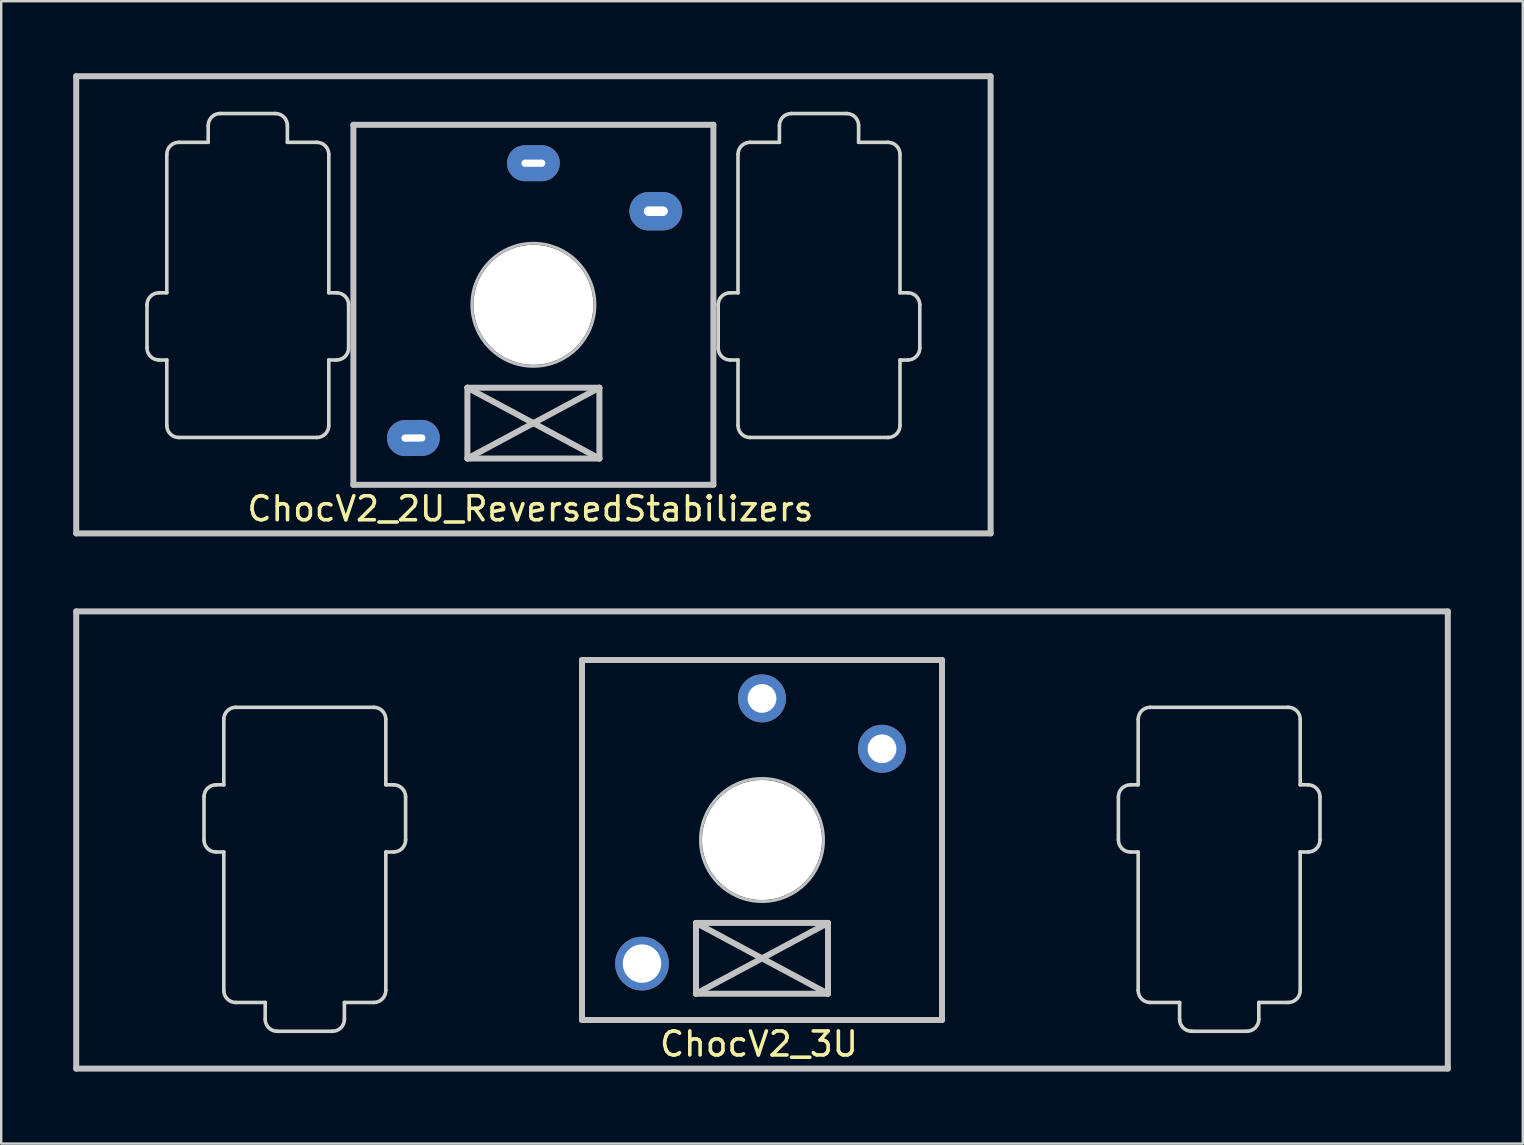
<source format=kicad_pcb>
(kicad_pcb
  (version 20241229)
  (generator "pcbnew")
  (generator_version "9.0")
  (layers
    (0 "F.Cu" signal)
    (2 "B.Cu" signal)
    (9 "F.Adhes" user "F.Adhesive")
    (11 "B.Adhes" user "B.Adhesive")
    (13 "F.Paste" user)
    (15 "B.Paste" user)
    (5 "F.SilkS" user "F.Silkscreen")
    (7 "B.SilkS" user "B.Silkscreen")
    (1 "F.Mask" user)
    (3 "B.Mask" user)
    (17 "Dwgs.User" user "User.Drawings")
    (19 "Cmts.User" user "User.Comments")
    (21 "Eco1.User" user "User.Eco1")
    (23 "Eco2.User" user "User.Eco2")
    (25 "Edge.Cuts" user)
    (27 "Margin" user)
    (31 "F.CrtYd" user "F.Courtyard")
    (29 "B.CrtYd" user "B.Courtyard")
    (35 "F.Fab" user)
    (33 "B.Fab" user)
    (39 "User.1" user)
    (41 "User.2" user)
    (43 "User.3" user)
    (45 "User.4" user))
  (footprint "ChocV2_3U"
    (layer "F.Cu")
    (at 28.7 31.95)
    (property "Reference" "ChocV2_3U" (at -0.127 8.5 0) (layer "F.SilkS") (effects (font (size 1 1) (thickness 0.15))))
    (attr through_hole)
    (fp_line (start -28.575 9.525) (end -28.575 -9.525) (stroke (width 0.25) (type solid)) (layer "Dwgs.User"))
    (fp_line (start -28.575 9.525) (end 28.575 9.525) (stroke (width 0.25) (type solid)) (layer "Dwgs.User"))
    (fp_line (start -7.5 -7.5) (end 7.5 -7.5) (stroke (width 0.25) (type solid)) (layer "Dwgs.User"))
    (fp_line (start -7.5 7.5) (end -7.5 -7.5) (stroke (width 0.25) (type solid)) (layer "Dwgs.User"))
    (fp_line (start -2.75 3.455) (end -2.75 6.405) (stroke (width 0.25) (type solid)) (layer "Dwgs.User"))
    (fp_line (start -2.75 3.455) (end 2.75 6.405) (stroke (width 0.25) (type solid)) (layer "Dwgs.User"))
    (fp_line (start -2.75 6.405) (end 2.75 3.455) (stroke (width 0.25) (type solid)) (layer "Dwgs.User"))
    (fp_line (start -2.75 6.405) (end 2.75 6.405) (stroke (width 0.25) (type solid)) (layer "Dwgs.User"))
    (fp_line (start 2.75 3.455) (end -2.75 3.455) (stroke (width 0.25) (type solid)) (layer "Dwgs.User"))
    (fp_line (start 2.75 6.405) (end 2.75 3.455) (stroke (width 0.25) (type solid)) (layer "Dwgs.User"))
    (fp_line (start 7.5 -7.5) (end 7.5 7.5) (stroke (width 0.25) (type solid)) (layer "Dwgs.User"))
    (fp_line (start 7.5 7.5) (end -7.5 7.5) (stroke (width 0.25) (type solid)) (layer "Dwgs.User"))
    (fp_line (start 28.575 -9.525) (end -28.575 -9.525) (stroke (width 0.25) (type solid)) (layer "Dwgs.User"))
    (fp_line (start 28.575 -9.525) (end 28.575 9.525) (stroke (width 0.25) (type solid)) (layer "Dwgs.User"))
    (fp_circle (center 0 0) (end -0.711 -2.464) (stroke (width 0.12) (type solid)) (fill no) (layer "Dwgs.User"))
    (fp_line (start -23.25 -1.799) (end -23.25 -0.000469) (stroke (width 0.15) (type solid)) (layer "Edge.Cuts"))
    (fp_line (start -22.75 0.5) (end -22.425 0.5) (stroke (width 0.15) (type solid)) (layer "Edge.Cuts"))
    (fp_line (start -22.425 -5.029) (end -22.425 -2.299) (stroke (width 0.15) (type solid)) (layer "Edge.Cuts"))
    (fp_line (start -22.425 -2.299) (end -22.75 -2.299) (stroke (width 0.15) (type solid)) (layer "Edge.Cuts"))
    (fp_line (start -22.425 0.5) (end -22.425 6.27) (stroke (width 0.15) (type solid)) (layer "Edge.Cuts"))
    (fp_line (start -21.925 6.77) (end -20.7 6.77) (stroke (width 0.15) (type solid)) (layer "Edge.Cuts"))
    (fp_line (start -20.7 6.77) (end -20.7 7.47) (stroke (width 0.15) (type solid)) (layer "Edge.Cuts"))
    (fp_line (start -20.2 7.97) (end -17.9 7.97) (stroke (width 0.15) (type solid)) (layer "Edge.Cuts"))
    (fp_line (start -17.4 6.77) (end -17.4 7.47) (stroke (width 0.15) (type solid)) (layer "Edge.Cuts"))
    (fp_line (start -16.174 -5.529) (end -21.925 -5.529) (stroke (width 0.15) (type solid)) (layer "Edge.Cuts"))
    (fp_line (start -16.174 6.77) (end -17.4 6.77) (stroke (width 0.15) (type solid)) (layer "Edge.Cuts"))
    (fp_line (start -15.674 -5.029) (end -15.674 -2.299) (stroke (width 0.15) (type solid)) (layer "Edge.Cuts"))
    (fp_line (start -15.674 -2.299) (end -15.35 -2.299) (stroke (width 0.15) (type solid)) (layer "Edge.Cuts"))
    (fp_line (start -15.674 0.5) (end -15.674 6.27) (stroke (width 0.15) (type solid)) (layer "Edge.Cuts"))
    (fp_line (start -15.35 0.5) (end -15.674 0.5) (stroke (width 0.15) (type solid)) (layer "Edge.Cuts"))
    (fp_line (start -14.85 -1.799) (end -14.85 -0.000469) (stroke (width 0.15) (type solid)) (layer "Edge.Cuts"))
    (fp_line (start 14.85 -1.799) (end 14.85 -0.000469) (stroke (width 0.15) (type solid)) (layer "Edge.Cuts"))
    (fp_line (start 15.35 0.5) (end 15.674 0.5) (stroke (width 0.15) (type solid)) (layer "Edge.Cuts"))
    (fp_line (start 15.674 -5.029) (end 15.674 -2.299) (stroke (width 0.15) (type solid)) (layer "Edge.Cuts"))
    (fp_line (start 15.674 -2.299) (end 15.35 -2.299) (stroke (width 0.15) (type solid)) (layer "Edge.Cuts"))
    (fp_line (start 15.674 0.5) (end 15.674 6.27) (stroke (width 0.15) (type solid)) (layer "Edge.Cuts"))
    (fp_line (start 16.174 -5.529) (end 21.925 -5.529) (stroke (width 0.15) (type solid)) (layer "Edge.Cuts"))
    (fp_line (start 16.174 6.77) (end 17.4 6.77) (stroke (width 0.15) (type solid)) (layer "Edge.Cuts"))
    (fp_line (start 17.4 6.77) (end 17.4 7.47) (stroke (width 0.15) (type solid)) (layer "Edge.Cuts"))
    (fp_line (start 20.2 7.97) (end 17.9 7.97) (stroke (width 0.15) (type solid)) (layer "Edge.Cuts"))
    (fp_line (start 20.7 6.77) (end 20.7 7.47) (stroke (width 0.15) (type solid)) (layer "Edge.Cuts"))
    (fp_line (start 21.925 6.77) (end 20.7 6.77) (stroke (width 0.15) (type solid)) (layer "Edge.Cuts"))
    (fp_line (start 22.425 -5.029) (end 22.425 -2.299) (stroke (width 0.15) (type solid)) (layer "Edge.Cuts"))
    (fp_line (start 22.425 -2.299) (end 22.75 -2.299) (stroke (width 0.15) (type solid)) (layer "Edge.Cuts"))
    (fp_line (start 22.425 0.5) (end 22.425 6.27) (stroke (width 0.15) (type solid)) (layer "Edge.Cuts"))
    (fp_line (start 22.75 0.5) (end 22.425 0.5) (stroke (width 0.15) (type solid)) (layer "Edge.Cuts"))
    (fp_line (start 23.25 -1.799) (end 23.25 -0.000469) (stroke (width 0.15) (type solid)) (layer "Edge.Cuts"))
    (fp_arc (start -23.24952 -1.79923) (mid -23.103073 -2.152783) (end -22.74952 -2.29923) (stroke (width 0.15) (type solid)) (layer "Edge.Cuts"))
    (fp_arc (start -22.74952 0.499531) (mid -23.103073 0.353084) (end -23.24952 -0.000469) (stroke (width 0.15) (type solid)) (layer "Edge.Cuts"))
    (fp_arc (start -22.425469 -5.02943) (mid -22.279023 -5.382983) (end -21.92547 -5.529429) (stroke (width 0.15) (type solid)) (layer "Edge.Cuts"))
    (fp_arc (start -21.92547 6.7696) (mid -22.279023 6.623153) (end -22.42547 6.2696) (stroke (width 0.15) (type solid)) (layer "Edge.Cuts"))
    (fp_arc (start -20.20017 7.96987) (mid -20.553723 7.823423) (end -20.70017 7.46987) (stroke (width 0.15) (type solid)) (layer "Edge.Cuts"))
    (fp_arc (start -17.39975 7.46987) (mid -17.546197 7.823423) (end -17.89975 7.96987) (stroke (width 0.15) (type solid)) (layer "Edge.Cuts"))
    (fp_arc (start -16.17445 -5.52943) (mid -15.820897 -5.382983) (end -15.67445 -5.02943) (stroke (width 0.15) (type solid)) (layer "Edge.Cuts"))
    (fp_arc (start -15.67445 6.2696) (mid -15.820897 6.623153) (end -16.17445 6.7696) (stroke (width 0.15) (type solid)) (layer "Edge.Cuts"))
    (fp_arc (start -15.3504 -2.29923) (mid -14.996847 -2.152783) (end -14.8504 -1.79923) (stroke (width 0.15) (type solid)) (layer "Edge.Cuts"))
    (fp_arc (start -14.850401 -0.000469) (mid -14.996847 0.353084) (end -15.3504 0.49953) (stroke (width 0.15) (type solid)) (layer "Edge.Cuts"))
    (fp_arc (start 14.8504 -1.79923) (mid 14.996847 -2.152783) (end 15.3504 -2.29923) (stroke (width 0.15) (type solid)) (layer "Edge.Cuts"))
    (fp_arc (start 15.3504 0.499531) (mid 14.996847 0.353084) (end 14.8504 -0.000469) (stroke (width 0.15) (type solid)) (layer "Edge.Cuts"))
    (fp_arc (start 15.674451 -5.02943) (mid 15.820897 -5.382983) (end 16.17445 -5.529429) (stroke (width 0.15) (type solid)) (layer "Edge.Cuts"))
    (fp_arc (start 16.17445 6.7696) (mid 15.820897 6.623153) (end 15.67445 6.2696) (stroke (width 0.15) (type solid)) (layer "Edge.Cuts"))
    (fp_arc (start 17.89975 7.96987) (mid 17.546197 7.823423) (end 17.39975 7.46987) (stroke (width 0.15) (type solid)) (layer "Edge.Cuts"))
    (fp_arc (start 20.70017 7.46987) (mid 20.553723 7.823423) (end 20.20017 7.96987) (stroke (width 0.15) (type solid)) (layer "Edge.Cuts"))
    (fp_arc (start 21.92547 -5.52943) (mid 22.279023 -5.382983) (end 22.42547 -5.02943) (stroke (width 0.15) (type solid)) (layer "Edge.Cuts"))
    (fp_arc (start 22.42547 6.2696) (mid 22.279023 6.623153) (end 21.92547 6.7696) (stroke (width 0.15) (type solid)) (layer "Edge.Cuts"))
    (fp_arc (start 22.74952 -2.29923) (mid 23.103073 -2.152783) (end 23.24952 -1.79923) (stroke (width 0.15) (type solid)) (layer "Edge.Cuts"))
    (fp_arc (start 23.249519 -0.000469) (mid 23.103073 0.353084) (end 22.74952 0.49953) (stroke (width 0.15) (type solid)) (layer "Edge.Cuts"))
    (pad "" np_thru_hole circle (at 0 0 90) (size 5 5) (drill 5) (layers "*.Cu" "*.Mask"))
    (pad "1" thru_hole circle (at 5 -3.8 90) (size 2 2) (drill 1.2) (layers "*.Cu" "*.Mask"))
    (pad "2" thru_hole circle (at 0 -5.9 90) (size 2 2) (drill 1.2) (layers "*.Cu" "*.Mask"))
    (pad "NC" thru_hole circle (at -5 5.15 90) (size 2.24 2.24) (drill 1.6) (layers "*.Cu" "*.Mask")))
  (footprint "ChocV2_2U_ReversedStabilizers"
    (layer "F.Cu")
    (at 19.175 9.65)
    (property "Reference" "ChocV2_2U_ReversedStabilizers" (at -0.127 8.5 0) (layer "F.SilkS") (effects (font (size 1 1) (thickness 0.15))))
    (attr through_hole)
    (fp_line (start -19.05 9.525) (end -19.05 -9.525) (stroke (width 0.25) (type solid)) (layer "Dwgs.User"))
    (fp_line (start -19.05 9.525) (end 19.05 9.525) (stroke (width 0.25) (type solid)) (layer "Dwgs.User"))
    (fp_line (start -7.5 -7.5) (end 7.5 -7.5) (stroke (width 0.25) (type solid)) (layer "Dwgs.User"))
    (fp_line (start -7.5 7.5) (end -7.5 -7.5) (stroke (width 0.25) (type solid)) (layer "Dwgs.User"))
    (fp_line (start -2.75 3.455) (end -2.75 6.405) (stroke (width 0.25) (type solid)) (layer "Dwgs.User"))
    (fp_line (start -2.75 3.455) (end 2.75 6.405) (stroke (width 0.25) (type solid)) (layer "Dwgs.User"))
    (fp_line (start -2.75 6.405) (end 2.75 3.455) (stroke (width 0.25) (type solid)) (layer "Dwgs.User"))
    (fp_line (start -2.75 6.405) (end 2.75 6.405) (stroke (width 0.25) (type solid)) (layer "Dwgs.User"))
    (fp_line (start 2.75 3.455) (end -2.75 3.455) (stroke (width 0.25) (type solid)) (layer "Dwgs.User"))
    (fp_line (start 2.75 6.405) (end 2.75 3.455) (stroke (width 0.25) (type solid)) (layer "Dwgs.User"))
    (fp_line (start 7.5 -7.5) (end 7.5 7.5) (stroke (width 0.25) (type solid)) (layer "Dwgs.User"))
    (fp_line (start 7.5 7.5) (end -7.5 7.5) (stroke (width 0.25) (type solid)) (layer "Dwgs.User"))
    (fp_line (start 19.05 -9.525) (end -19.05 -9.525) (stroke (width 0.25) (type solid)) (layer "Dwgs.User"))
    (fp_line (start 19.05 -9.525) (end 19.05 9.525) (stroke (width 0.25) (type solid)) (layer "Dwgs.User"))
    (fp_circle (center 0 0) (end -0.711 -2.464) (stroke (width 0.12) (type solid)) (fill no) (layer "Dwgs.User"))
    (fp_line (start -16.1 0.00025) (end -16.1 1.799) (stroke (width 0.15) (type solid)) (layer "Edge.Cuts"))
    (fp_line (start -15.6 2.299) (end -15.275 2.299) (stroke (width 0.15) (type solid)) (layer "Edge.Cuts"))
    (fp_line (start -15.275 -6.27) (end -15.275 -0.5) (stroke (width 0.15) (type solid)) (layer "Edge.Cuts"))
    (fp_line (start -15.275 -0.5) (end -15.6 -0.5) (stroke (width 0.15) (type solid)) (layer "Edge.Cuts"))
    (fp_line (start -15.275 2.299) (end -15.275 5.029) (stroke (width 0.15) (type solid)) (layer "Edge.Cuts"))
    (fp_line (start -14.775 5.529) (end -9.025 5.529) (stroke (width 0.15) (type solid)) (layer "Edge.Cuts"))
    (fp_line (start -13.55 -7.47) (end -13.55 -6.77) (stroke (width 0.15) (type solid)) (layer "Edge.Cuts"))
    (fp_line (start -13.55 -6.77) (end -14.775 -6.77) (stroke (width 0.15) (type solid)) (layer "Edge.Cuts"))
    (fp_line (start -10.751 -7.97) (end -13.05 -7.97) (stroke (width 0.15) (type solid)) (layer "Edge.Cuts"))
    (fp_line (start -10.251 -6.77) (end -10.251 -7.47) (stroke (width 0.15) (type solid)) (layer "Edge.Cuts"))
    (fp_line (start -9.025 -6.77) (end -10.251 -6.77) (stroke (width 0.15) (type solid)) (layer "Edge.Cuts"))
    (fp_line (start -8.525 5.029) (end -8.525 2.299) (stroke (width 0.15) (type solid)) (layer "Edge.Cuts"))
    (fp_line (start -8.525 -0.5) (end -8.525 -6.27) (stroke (width 0.15) (type solid)) (layer "Edge.Cuts"))
    (fp_line (start -8.525 2.299) (end -8.2 2.299) (stroke (width 0.15) (type solid)) (layer "Edge.Cuts"))
    (fp_line (start -8.2 -0.5) (end -8.525 -0.5) (stroke (width 0.15) (type solid)) (layer "Edge.Cuts"))
    (fp_line (start -7.7 1.799) (end -7.7 0.000156) (stroke (width 0.15) (type solid)) (layer "Edge.Cuts"))
    (fp_line (start 7.7 1.799) (end 7.7 0.000156) (stroke (width 0.15) (type solid)) (layer "Edge.Cuts"))
    (fp_line (start 8.2 -0.5) (end 8.525 -0.5) (stroke (width 0.15) (type solid)) (layer "Edge.Cuts"))
    (fp_line (start 8.525 5.029) (end 8.525 2.299) (stroke (width 0.15) (type solid)) (layer "Edge.Cuts"))
    (fp_line (start 8.525 2.299) (end 8.2 2.299) (stroke (width 0.15) (type solid)) (layer "Edge.Cuts"))
    (fp_line (start 8.525 -0.5) (end 8.525 -6.27) (stroke (width 0.15) (type solid)) (layer "Edge.Cuts"))
    (fp_line (start 10.25 -7.47) (end 10.25 -6.77) (stroke (width 0.15) (type solid)) (layer "Edge.Cuts"))
    (fp_line (start 10.25 -6.77) (end 9.025 -6.77) (stroke (width 0.15) (type solid)) (layer "Edge.Cuts"))
    (fp_line (start 10.75 -7.97) (end 13.05 -7.97) (stroke (width 0.15) (type solid)) (layer "Edge.Cuts"))
    (fp_line (start 13.55 -6.77) (end 13.55 -7.47) (stroke (width 0.15) (type solid)) (layer "Edge.Cuts"))
    (fp_line (start 14.775 5.529) (end 9.025 5.529) (stroke (width 0.15) (type solid)) (layer "Edge.Cuts"))
    (fp_line (start 14.775 -6.77) (end 13.55 -6.77) (stroke (width 0.15) (type solid)) (layer "Edge.Cuts"))
    (fp_line (start 15.275 -0.5) (end 15.275 -6.27) (stroke (width 0.15) (type solid)) (layer "Edge.Cuts"))
    (fp_line (start 15.275 2.299) (end 15.6 2.299) (stroke (width 0.15) (type solid)) (layer "Edge.Cuts"))
    (fp_line (start 15.275 5.029) (end 15.275 2.299) (stroke (width 0.15) (type solid)) (layer "Edge.Cuts"))
    (fp_line (start 15.6 -0.5) (end 15.275 -0.5) (stroke (width 0.15) (type solid)) (layer "Edge.Cuts"))
    (fp_line (start 16.1 1.799) (end 16.1 0.00025) (stroke (width 0.15) (type solid)) (layer "Edge.Cuts"))
    (fp_arc (start -16.100248 0.00025) (mid -15.953802 -0.353303) (end -15.600249 -0.499749) (stroke (width 0.15) (type solid)) (layer "Edge.Cuts"))
    (fp_arc (start -15.600249 2.29915) (mid -15.953802 2.152703) (end -16.100249 1.79915) (stroke (width 0.15) (type solid)) (layer "Edge.Cuts"))
    (fp_arc (start -15.274749 -6.269649) (mid -15.128302 -6.623202) (end -14.774749 -6.769649) (stroke (width 0.15) (type solid)) (layer "Edge.Cuts"))
    (fp_arc (start -14.774749 5.529249) (mid -15.128302 5.382802) (end -15.274749 5.029249) (stroke (width 0.15) (type solid)) (layer "Edge.Cuts"))
    (fp_arc (start -13.549649 -7.469849) (mid -13.403202 -7.823402) (end -13.049649 -7.969849) (stroke (width 0.15) (type solid)) (layer "Edge.Cuts"))
    (fp_arc (start -10.75055 -7.969849) (mid -10.396997 -7.823402) (end -10.25055 -7.469849) (stroke (width 0.15) (type solid)) (layer "Edge.Cuts"))
    (fp_arc (start -9.025451 -6.769649) (mid -8.671905 -6.623211) (end -8.52545 -6.269673) (stroke (width 0.15) (type solid)) (layer "Edge.Cuts"))
    (fp_arc (start -8.525449 5.029251) (mid -8.671896 5.382804) (end -9.02545 5.52925) (stroke (width 0.15) (type solid)) (layer "Edge.Cuts"))
    (fp_arc (start -8.199683 -0.499833) (mid -7.846126 -0.353394) (end -7.699672 0.000156) (stroke (width 0.15) (type solid)) (layer "Edge.Cuts"))
    (fp_arc (start -7.699632 1.799056) (mid -7.846071 2.152613) (end -8.199621 2.299067) (stroke (width 0.15) (type solid)) (layer "Edge.Cuts"))
    (fp_arc (start 7.699673 0.000156) (mid 7.846127 -0.353393) (end 8.199683 -0.499832) (stroke (width 0.15) (type solid)) (layer "Edge.Cuts"))
    (fp_arc (start 8.199621 2.299067) (mid 7.846071 2.152613) (end 7.699632 1.799056) (stroke (width 0.15) (type solid)) (layer "Edge.Cuts"))
    (fp_arc (start 8.525312 -6.269724) (mid 8.671766 -6.623274) (end 9.025323 -6.769713) (stroke (width 0.15) (type solid)) (layer "Edge.Cuts"))
    (fp_arc (start 9.025049 5.529186) (mid 8.671499 5.382731) (end 8.525061 5.029174) (stroke (width 0.15) (type solid)) (layer "Edge.Cuts"))
    (fp_arc (start 10.25045 -7.469849) (mid 10.396897 -7.823402) (end 10.75045 -7.969849) (stroke (width 0.15) (type solid)) (layer "Edge.Cuts"))
    (fp_arc (start 13.04965 -7.969849) (mid 13.403203 -7.823402) (end 13.54965 -7.469849) (stroke (width 0.15) (type solid)) (layer "Edge.Cuts"))
    (fp_arc (start 14.77475 -6.769649) (mid 15.128303 -6.623202) (end 15.27475 -6.269649) (stroke (width 0.15) (type solid)) (layer "Edge.Cuts"))
    (fp_arc (start 15.274751 5.029249) (mid 15.128304 5.382803) (end 14.77475 5.52925) (stroke (width 0.15) (type solid)) (layer "Edge.Cuts"))
    (fp_arc (start 15.600249 -0.499751) (mid 15.953803 -0.353304) (end 16.10025 0.00025) (stroke (width 0.15) (type solid)) (layer "Edge.Cuts"))
    (fp_arc (start 16.100249 1.799149) (mid 15.953803 2.152703) (end 15.60025 2.29915) (stroke (width 0.15) (type solid)) (layer "Edge.Cuts"))
    (pad "" np_thru_hole circle (at 0 0 90) (size 5 5) (drill 5) (layers "*.Cu" "*.Mask"))
    (pad "1" thru_hole oval (at 5.1 -3.9 180) (size 2.2 1.6) (drill oval 1 0.4) (layers "*.Cu" "B.Mask"))
    (pad "2" thru_hole oval (at 0 -5.9 180) (size 2.2 1.5) (drill oval 1 0.3) (layers "*.Cu" "B.Mask"))
    (pad "NC" thru_hole oval (at -5 5.55 180.5) (size 2.2 1.5) (drill oval 1 0.3) (layers "*.Cu" "B.Mask")))
  (gr_rect
    (start -3 -3)
    (end 60.4 44.6)
    (stroke (width 0.1) (type default))
    (fill no)
    (layer "Edge.Cuts")))
</source>
